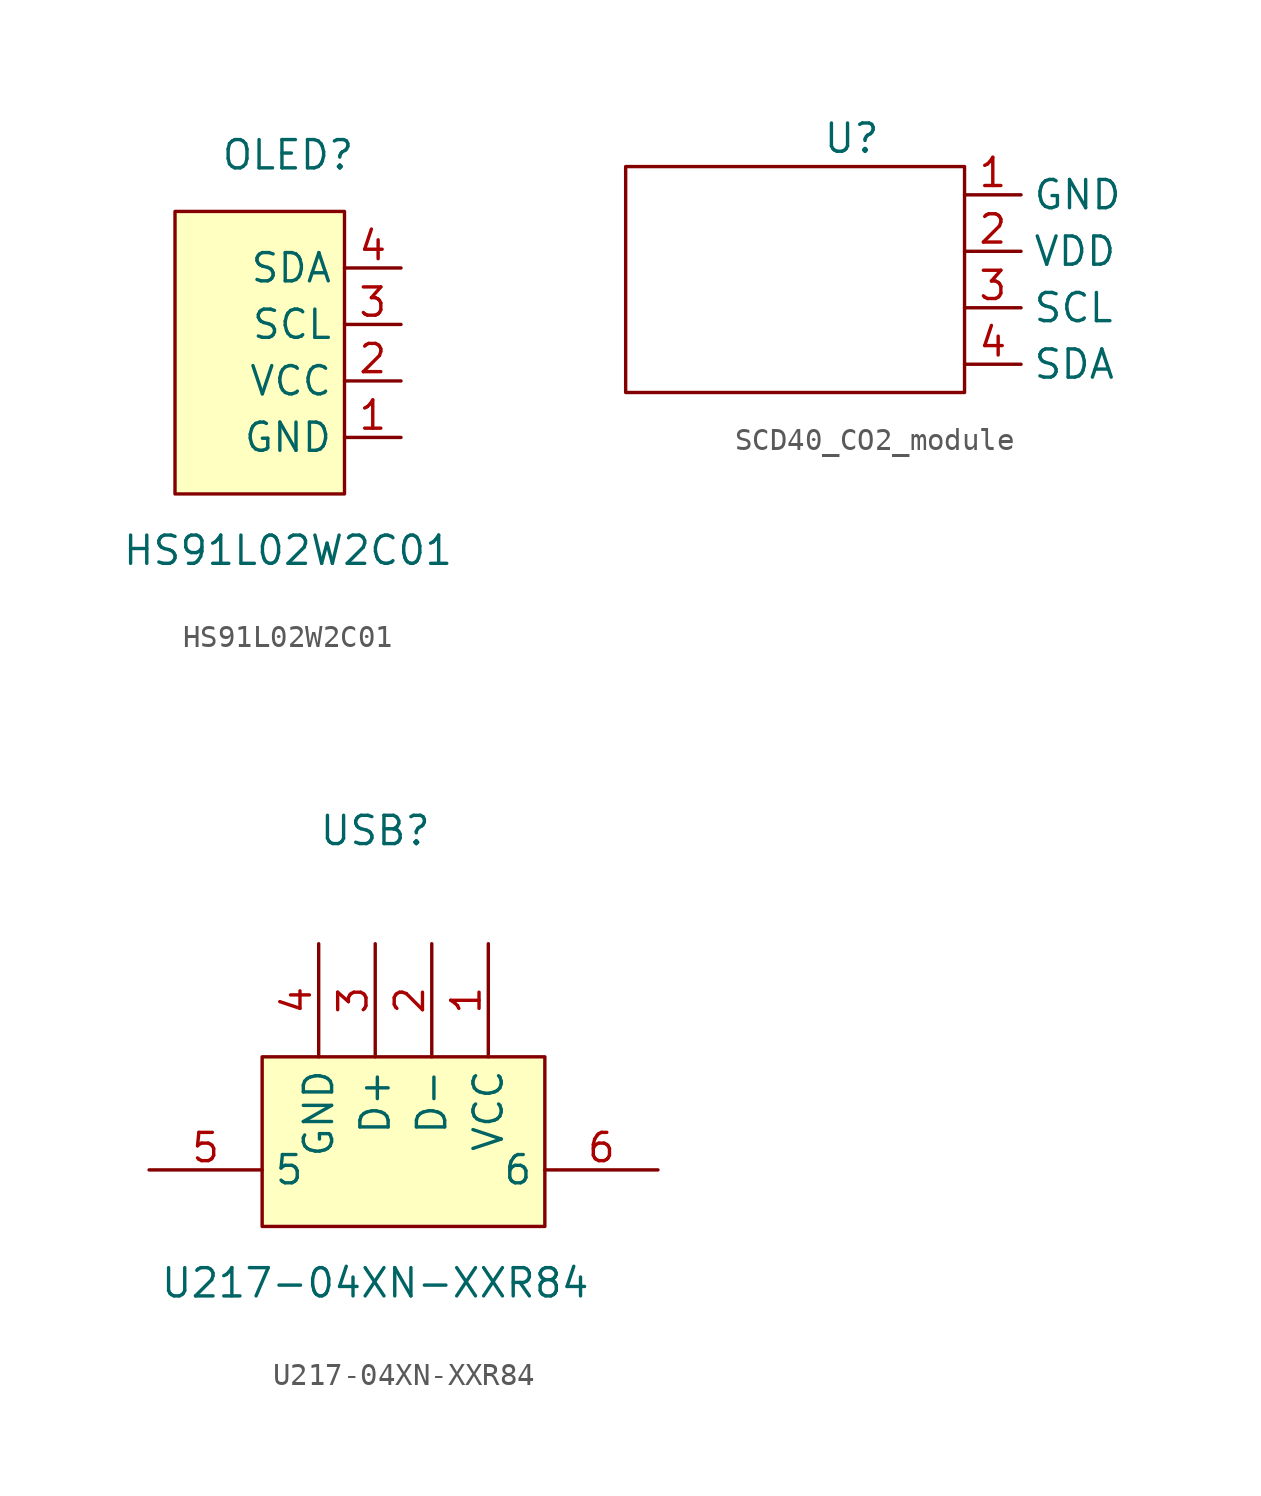
<source format=kicad_sym>
(kicad_symbol_lib
  (version 20241209)
  (generator "kicad_symbol_editor")
  (generator_version "9.0")
  (symbol "HS91L02W2C01"
    (property "Reference" "OLED"
      (at 0 8.89 0)
      (effects (font (size 1.27 1.27))))
    (property "Value" "HS91L02W2C01"
      (at 0 -8.89 0)
      (effects (font (size 1.27 1.27))))
    (symbol "HS91L02W2C01_0_1"
      (rectangle (start -5.08 6.35) (end 2.54 -6.35) (stroke (width 0) (type default)) (fill (type background)))
      (pin unspecified line (at 5.08 3.81 180) (length 2.54) (name "SDA" (effects (font (size 1.27 1.27)))) (number "4" (effects (font (size 1.27 1.27)))))
      (pin unspecified line (at 5.08 1.27 180) (length 2.54) (name "SCL" (effects (font (size 1.27 1.27)))) (number "3" (effects (font (size 1.27 1.27)))))
      (pin unspecified line (at 5.08 -1.27 180) (length 2.54) (name "VCC" (effects (font (size 1.27 1.27)))) (number "2" (effects (font (size 1.27 1.27)))))
      (pin unspecified line (at 5.08 -3.81 180) (length 2.54) (name "GND" (effects (font (size 1.27 1.27)))) (number "1" (effects (font (size 1.27 1.27)))))))
  (symbol "SCD40_CO2_module"
    (property "Reference" "U"
      (at 0 0.635 0)
      (effects (font (size 1.27 1.27))))
    (property "Value" ""
      (at 0 0 0)
      (effects (font (size 1.27 1.27))))
    (symbol "SCD40_CO2_module_0_1"
      (rectangle (start -10.16 -0.635) (end 5.08 -10.795) (stroke (width 0) (type default)) (fill (type none))))
    (symbol "SCD40_CO2_module_1_1"
      (pin input line (at 5.08 -1.905 0) (length 2.54) (name "GND" (effects (font (size 1.27 1.27)))) (number "1" (effects (font (size 1.27 1.27)))))
      (pin input line (at 5.08 -4.445 0) (length 2.54) (name "VDD" (effects (font (size 1.27 1.27)))) (number "2" (effects (font (size 1.27 1.27)))))
      (pin input line (at 5.08 -6.985 0) (length 2.54) (name "SCL" (effects (font (size 1.27 1.27)))) (number "3" (effects (font (size 1.27 1.27)))))
      (pin input line (at 5.08 -9.525 0) (length 2.54) (name "SDA" (effects (font (size 1.27 1.27)))) (number "4" (effects (font (size 1.27 1.27)))))))
  (symbol "U217-04XN-XXR84"
    (property "Reference" "USB"
      (at 0 10.16 0)
      (effects (font (size 1.27 1.27))))
    (property "Value" "U217-04XN-XXR84"
      (at 0 -10.16 0)
      (effects (font (size 1.27 1.27))))
    (symbol "U217-04XN-XXR84_0_1"
      (rectangle (start -5.08 0) (end 7.62 -7.62) (stroke (width 0) (type default)) (fill (type background)))
      (pin unspecified line (at -10.16 -5.08 0) (length 5.08) (name "5" (effects (font (size 1.27 1.27)))) (number "5" (effects (font (size 1.27 1.27)))))
      (pin unspecified line (at -2.54 5.08 270) (length 5.08) (name "GND" (effects (font (size 1.27 1.27)))) (number "4" (effects (font (size 1.27 1.27)))))
      (pin unspecified line (at 0 5.08 270) (length 5.08) (name "D+" (effects (font (size 1.27 1.27)))) (number "3" (effects (font (size 1.27 1.27)))))
      (pin unspecified line (at 2.54 5.08 270) (length 5.08) (name "D-" (effects (font (size 1.27 1.27)))) (number "2" (effects (font (size 1.27 1.27)))))
      (pin unspecified line (at 5.08 5.08 270) (length 5.08) (name "VCC" (effects (font (size 1.27 1.27)))) (number "1" (effects (font (size 1.27 1.27)))))
      (pin unspecified line (at 12.7 -5.08 180) (length 5.08) (name "6" (effects (font (size 1.27 1.27)))) (number "6" (effects (font (size 1.27 1.27))))))))
</source>
